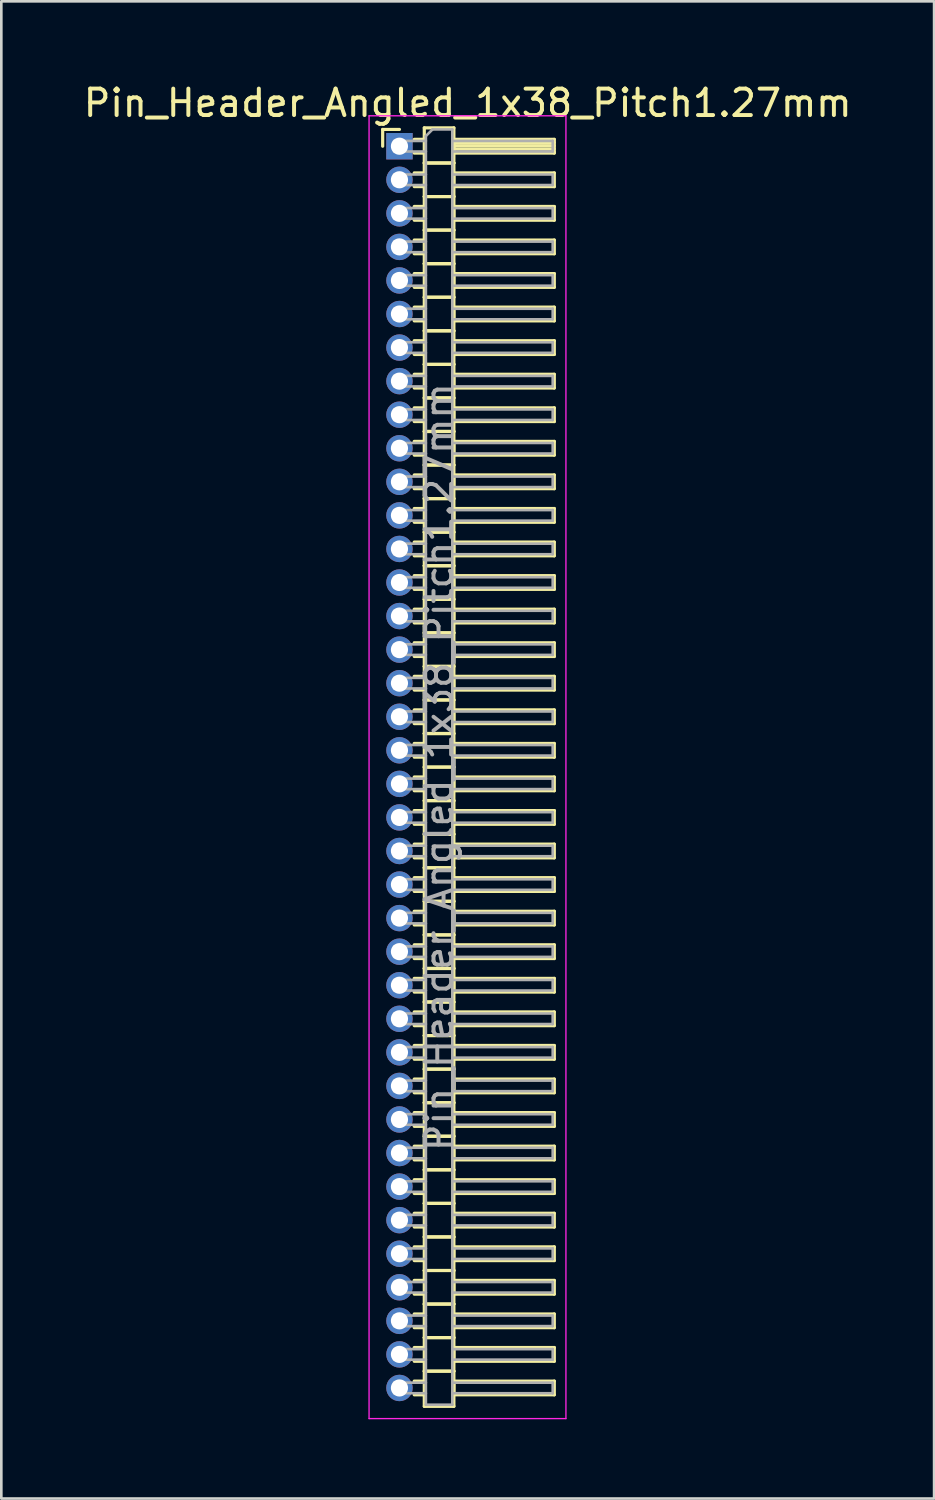
<source format=kicad_pcb>
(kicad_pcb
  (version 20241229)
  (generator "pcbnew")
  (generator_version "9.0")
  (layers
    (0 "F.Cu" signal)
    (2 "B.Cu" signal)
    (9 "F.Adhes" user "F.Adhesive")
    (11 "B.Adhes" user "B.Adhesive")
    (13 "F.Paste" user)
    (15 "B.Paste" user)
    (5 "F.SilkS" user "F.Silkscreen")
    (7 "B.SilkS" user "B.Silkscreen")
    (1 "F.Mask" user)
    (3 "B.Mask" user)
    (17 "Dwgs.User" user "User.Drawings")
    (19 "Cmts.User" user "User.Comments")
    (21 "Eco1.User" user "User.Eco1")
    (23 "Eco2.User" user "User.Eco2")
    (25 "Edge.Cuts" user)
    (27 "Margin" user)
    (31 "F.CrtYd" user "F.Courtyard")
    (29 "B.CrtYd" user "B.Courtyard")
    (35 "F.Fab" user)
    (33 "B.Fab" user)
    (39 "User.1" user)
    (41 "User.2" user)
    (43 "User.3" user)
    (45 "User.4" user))
  (footprint "Pin_Header_Angled_1x38_Pitch1.27mm"
    (layer "F.Cu")
    (at 12.066 2.483)
    (property "Reference" "Pin_Header_Angled_1x38_Pitch1.27mm" (at 2.583 -1.635 0) (layer "F.SilkS") (effects (font (size 1 1) (thickness 0.15))))
    (attr through_hole)
    (fp_line (start -0.635 -0.635) (end 0 -0.635) (stroke (width 0.12) (type solid)) (layer "F.SilkS"))
    (fp_line (start -0.635 0) (end -0.635 -0.635) (stroke (width 0.12) (type solid)) (layer "F.SilkS"))
    (fp_line (start 0.56 -0.26) (end 0.94 -0.26) (stroke (width 0.12) (type solid)) (layer "F.SilkS"))
    (fp_line (start 0.56 0.26) (end 0.94 0.26) (stroke (width 0.12) (type solid)) (layer "F.SilkS"))
    (fp_line (start 0.56 1.01) (end 0.94 1.01) (stroke (width 0.12) (type solid)) (layer "F.SilkS"))
    (fp_line (start 0.56 1.53) (end 0.94 1.53) (stroke (width 0.12) (type solid)) (layer "F.SilkS"))
    (fp_line (start 0.56 2.28) (end 0.94 2.28) (stroke (width 0.12) (type solid)) (layer "F.SilkS"))
    (fp_line (start 0.56 2.8) (end 0.94 2.8) (stroke (width 0.12) (type solid)) (layer "F.SilkS"))
    (fp_line (start 0.56 3.55) (end 0.94 3.55) (stroke (width 0.12) (type solid)) (layer "F.SilkS"))
    (fp_line (start 0.56 4.07) (end 0.94 4.07) (stroke (width 0.12) (type solid)) (layer "F.SilkS"))
    (fp_line (start 0.56 4.82) (end 0.94 4.82) (stroke (width 0.12) (type solid)) (layer "F.SilkS"))
    (fp_line (start 0.56 5.34) (end 0.94 5.34) (stroke (width 0.12) (type solid)) (layer "F.SilkS"))
    (fp_line (start 0.56 6.09) (end 0.94 6.09) (stroke (width 0.12) (type solid)) (layer "F.SilkS"))
    (fp_line (start 0.56 6.61) (end 0.94 6.61) (stroke (width 0.12) (type solid)) (layer "F.SilkS"))
    (fp_line (start 0.56 7.36) (end 0.94 7.36) (stroke (width 0.12) (type solid)) (layer "F.SilkS"))
    (fp_line (start 0.56 7.88) (end 0.94 7.88) (stroke (width 0.12) (type solid)) (layer "F.SilkS"))
    (fp_line (start 0.56 8.63) (end 0.94 8.63) (stroke (width 0.12) (type solid)) (layer "F.SilkS"))
    (fp_line (start 0.56 9.15) (end 0.94 9.15) (stroke (width 0.12) (type solid)) (layer "F.SilkS"))
    (fp_line (start 0.56 9.9) (end 0.94 9.9) (stroke (width 0.12) (type solid)) (layer "F.SilkS"))
    (fp_line (start 0.56 10.42) (end 0.94 10.42) (stroke (width 0.12) (type solid)) (layer "F.SilkS"))
    (fp_line (start 0.56 11.17) (end 0.94 11.17) (stroke (width 0.12) (type solid)) (layer "F.SilkS"))
    (fp_line (start 0.56 11.69) (end 0.94 11.69) (stroke (width 0.12) (type solid)) (layer "F.SilkS"))
    (fp_line (start 0.56 12.44) (end 0.94 12.44) (stroke (width 0.12) (type solid)) (layer "F.SilkS"))
    (fp_line (start 0.56 12.96) (end 0.94 12.96) (stroke (width 0.12) (type solid)) (layer "F.SilkS"))
    (fp_line (start 0.56 13.71) (end 0.94 13.71) (stroke (width 0.12) (type solid)) (layer "F.SilkS"))
    (fp_line (start 0.56 14.23) (end 0.94 14.23) (stroke (width 0.12) (type solid)) (layer "F.SilkS"))
    (fp_line (start 0.56 14.98) (end 0.94 14.98) (stroke (width 0.12) (type solid)) (layer "F.SilkS"))
    (fp_line (start 0.56 15.5) (end 0.94 15.5) (stroke (width 0.12) (type solid)) (layer "F.SilkS"))
    (fp_line (start 0.56 16.25) (end 0.94 16.25) (stroke (width 0.12) (type solid)) (layer "F.SilkS"))
    (fp_line (start 0.56 16.77) (end 0.94 16.77) (stroke (width 0.12) (type solid)) (layer "F.SilkS"))
    (fp_line (start 0.56 17.52) (end 0.94 17.52) (stroke (width 0.12) (type solid)) (layer "F.SilkS"))
    (fp_line (start 0.56 18.04) (end 0.94 18.04) (stroke (width 0.12) (type solid)) (layer "F.SilkS"))
    (fp_line (start 0.56 18.79) (end 0.94 18.79) (stroke (width 0.12) (type solid)) (layer "F.SilkS"))
    (fp_line (start 0.56 19.31) (end 0.94 19.31) (stroke (width 0.12) (type solid)) (layer "F.SilkS"))
    (fp_line (start 0.56 20.06) (end 0.94 20.06) (stroke (width 0.12) (type solid)) (layer "F.SilkS"))
    (fp_line (start 0.56 20.58) (end 0.94 20.58) (stroke (width 0.12) (type solid)) (layer "F.SilkS"))
    (fp_line (start 0.56 21.33) (end 0.94 21.33) (stroke (width 0.12) (type solid)) (layer "F.SilkS"))
    (fp_line (start 0.56 21.85) (end 0.94 21.85) (stroke (width 0.12) (type solid)) (layer "F.SilkS"))
    (fp_line (start 0.56 22.6) (end 0.94 22.6) (stroke (width 0.12) (type solid)) (layer "F.SilkS"))
    (fp_line (start 0.56 23.12) (end 0.94 23.12) (stroke (width 0.12) (type solid)) (layer "F.SilkS"))
    (fp_line (start 0.56 23.87) (end 0.94 23.87) (stroke (width 0.12) (type solid)) (layer "F.SilkS"))
    (fp_line (start 0.56 24.39) (end 0.94 24.39) (stroke (width 0.12) (type solid)) (layer "F.SilkS"))
    (fp_line (start 0.56 25.14) (end 0.94 25.14) (stroke (width 0.12) (type solid)) (layer "F.SilkS"))
    (fp_line (start 0.56 25.66) (end 0.94 25.66) (stroke (width 0.12) (type solid)) (layer "F.SilkS"))
    (fp_line (start 0.56 26.41) (end 0.94 26.41) (stroke (width 0.12) (type solid)) (layer "F.SilkS"))
    (fp_line (start 0.56 26.93) (end 0.94 26.93) (stroke (width 0.12) (type solid)) (layer "F.SilkS"))
    (fp_line (start 0.56 27.68) (end 0.94 27.68) (stroke (width 0.12) (type solid)) (layer "F.SilkS"))
    (fp_line (start 0.56 28.2) (end 0.94 28.2) (stroke (width 0.12) (type solid)) (layer "F.SilkS"))
    (fp_line (start 0.56 28.95) (end 0.94 28.95) (stroke (width 0.12) (type solid)) (layer "F.SilkS"))
    (fp_line (start 0.56 29.47) (end 0.94 29.47) (stroke (width 0.12) (type solid)) (layer "F.SilkS"))
    (fp_line (start 0.56 30.22) (end 0.94 30.22) (stroke (width 0.12) (type solid)) (layer "F.SilkS"))
    (fp_line (start 0.56 30.74) (end 0.94 30.74) (stroke (width 0.12) (type solid)) (layer "F.SilkS"))
    (fp_line (start 0.56 31.49) (end 0.94 31.49) (stroke (width 0.12) (type solid)) (layer "F.SilkS"))
    (fp_line (start 0.56 32.01) (end 0.94 32.01) (stroke (width 0.12) (type solid)) (layer "F.SilkS"))
    (fp_line (start 0.56 32.76) (end 0.94 32.76) (stroke (width 0.12) (type solid)) (layer "F.SilkS"))
    (fp_line (start 0.56 33.28) (end 0.94 33.28) (stroke (width 0.12) (type solid)) (layer "F.SilkS"))
    (fp_line (start 0.56 34.03) (end 0.94 34.03) (stroke (width 0.12) (type solid)) (layer "F.SilkS"))
    (fp_line (start 0.56 34.55) (end 0.94 34.55) (stroke (width 0.12) (type solid)) (layer "F.SilkS"))
    (fp_line (start 0.56 35.3) (end 0.94 35.3) (stroke (width 0.12) (type solid)) (layer "F.SilkS"))
    (fp_line (start 0.56 35.82) (end 0.94 35.82) (stroke (width 0.12) (type solid)) (layer "F.SilkS"))
    (fp_line (start 0.56 36.57) (end 0.94 36.57) (stroke (width 0.12) (type solid)) (layer "F.SilkS"))
    (fp_line (start 0.56 37.09) (end 0.94 37.09) (stroke (width 0.12) (type solid)) (layer "F.SilkS"))
    (fp_line (start 0.56 37.84) (end 0.94 37.84) (stroke (width 0.12) (type solid)) (layer "F.SilkS"))
    (fp_line (start 0.56 38.36) (end 0.94 38.36) (stroke (width 0.12) (type solid)) (layer "F.SilkS"))
    (fp_line (start 0.56 39.11) (end 0.94 39.11) (stroke (width 0.12) (type solid)) (layer "F.SilkS"))
    (fp_line (start 0.56 39.63) (end 0.94 39.63) (stroke (width 0.12) (type solid)) (layer "F.SilkS"))
    (fp_line (start 0.56 40.38) (end 0.94 40.38) (stroke (width 0.12) (type solid)) (layer "F.SilkS"))
    (fp_line (start 0.56 40.9) (end 0.94 40.9) (stroke (width 0.12) (type solid)) (layer "F.SilkS"))
    (fp_line (start 0.56 41.65) (end 0.94 41.65) (stroke (width 0.12) (type solid)) (layer "F.SilkS"))
    (fp_line (start 0.56 42.17) (end 0.94 42.17) (stroke (width 0.12) (type solid)) (layer "F.SilkS"))
    (fp_line (start 0.56 42.92) (end 0.94 42.92) (stroke (width 0.12) (type solid)) (layer "F.SilkS"))
    (fp_line (start 0.56 43.44) (end 0.94 43.44) (stroke (width 0.12) (type solid)) (layer "F.SilkS"))
    (fp_line (start 0.56 44.19) (end 0.94 44.19) (stroke (width 0.12) (type solid)) (layer "F.SilkS"))
    (fp_line (start 0.56 44.71) (end 0.94 44.71) (stroke (width 0.12) (type solid)) (layer "F.SilkS"))
    (fp_line (start 0.56 45.46) (end 0.94 45.46) (stroke (width 0.12) (type solid)) (layer "F.SilkS"))
    (fp_line (start 0.56 45.98) (end 0.94 45.98) (stroke (width 0.12) (type solid)) (layer "F.SilkS"))
    (fp_line (start 0.56 46.73) (end 0.94 46.73) (stroke (width 0.12) (type solid)) (layer "F.SilkS"))
    (fp_line (start 0.56 47.25) (end 0.94 47.25) (stroke (width 0.12) (type solid)) (layer "F.SilkS"))
    (fp_line (start 0.94 -0.695) (end 0.94 0.635) (stroke (width 0.12) (type solid)) (layer "F.SilkS"))
    (fp_line (start 0.94 0.635) (end 0.94 1.905) (stroke (width 0.12) (type solid)) (layer "F.SilkS"))
    (fp_line (start 0.94 0.635) (end 2.06 0.635) (stroke (width 0.12) (type solid)) (layer "F.SilkS"))
    (fp_line (start 0.94 1.905) (end 0.94 3.175) (stroke (width 0.12) (type solid)) (layer "F.SilkS"))
    (fp_line (start 0.94 1.905) (end 2.06 1.905) (stroke (width 0.12) (type solid)) (layer "F.SilkS"))
    (fp_line (start 0.94 3.175) (end 0.94 4.445) (stroke (width 0.12) (type solid)) (layer "F.SilkS"))
    (fp_line (start 0.94 3.175) (end 2.06 3.175) (stroke (width 0.12) (type solid)) (layer "F.SilkS"))
    (fp_line (start 0.94 4.445) (end 0.94 5.715) (stroke (width 0.12) (type solid)) (layer "F.SilkS"))
    (fp_line (start 0.94 4.445) (end 2.06 4.445) (stroke (width 0.12) (type solid)) (layer "F.SilkS"))
    (fp_line (start 0.94 5.715) (end 0.94 6.985) (stroke (width 0.12) (type solid)) (layer "F.SilkS"))
    (fp_line (start 0.94 5.715) (end 2.06 5.715) (stroke (width 0.12) (type solid)) (layer "F.SilkS"))
    (fp_line (start 0.94 6.985) (end 0.94 8.255) (stroke (width 0.12) (type solid)) (layer "F.SilkS"))
    (fp_line (start 0.94 6.985) (end 2.06 6.985) (stroke (width 0.12) (type solid)) (layer "F.SilkS"))
    (fp_line (start 0.94 8.255) (end 0.94 9.525) (stroke (width 0.12) (type solid)) (layer "F.SilkS"))
    (fp_line (start 0.94 8.255) (end 2.06 8.255) (stroke (width 0.12) (type solid)) (layer "F.SilkS"))
    (fp_line (start 0.94 9.525) (end 0.94 10.795) (stroke (width 0.12) (type solid)) (layer "F.SilkS"))
    (fp_line (start 0.94 9.525) (end 2.06 9.525) (stroke (width 0.12) (type solid)) (layer "F.SilkS"))
    (fp_line (start 0.94 10.795) (end 0.94 12.065) (stroke (width 0.12) (type solid)) (layer "F.SilkS"))
    (fp_line (start 0.94 10.795) (end 2.06 10.795) (stroke (width 0.12) (type solid)) (layer "F.SilkS"))
    (fp_line (start 0.94 12.065) (end 0.94 13.335) (stroke (width 0.12) (type solid)) (layer "F.SilkS"))
    (fp_line (start 0.94 12.065) (end 2.06 12.065) (stroke (width 0.12) (type solid)) (layer "F.SilkS"))
    (fp_line (start 0.94 13.335) (end 0.94 14.605) (stroke (width 0.12) (type solid)) (layer "F.SilkS"))
    (fp_line (start 0.94 13.335) (end 2.06 13.335) (stroke (width 0.12) (type solid)) (layer "F.SilkS"))
    (fp_line (start 0.94 14.605) (end 0.94 15.875) (stroke (width 0.12) (type solid)) (layer "F.SilkS"))
    (fp_line (start 0.94 14.605) (end 2.06 14.605) (stroke (width 0.12) (type solid)) (layer "F.SilkS"))
    (fp_line (start 0.94 15.875) (end 0.94 17.145) (stroke (width 0.12) (type solid)) (layer "F.SilkS"))
    (fp_line (start 0.94 15.875) (end 2.06 15.875) (stroke (width 0.12) (type solid)) (layer "F.SilkS"))
    (fp_line (start 0.94 17.145) (end 0.94 18.415) (stroke (width 0.12) (type solid)) (layer "F.SilkS"))
    (fp_line (start 0.94 17.145) (end 2.06 17.145) (stroke (width 0.12) (type solid)) (layer "F.SilkS"))
    (fp_line (start 0.94 18.415) (end 0.94 19.685) (stroke (width 0.12) (type solid)) (layer "F.SilkS"))
    (fp_line (start 0.94 18.415) (end 2.06 18.415) (stroke (width 0.12) (type solid)) (layer "F.SilkS"))
    (fp_line (start 0.94 19.685) (end 0.94 20.955) (stroke (width 0.12) (type solid)) (layer "F.SilkS"))
    (fp_line (start 0.94 19.685) (end 2.06 19.685) (stroke (width 0.12) (type solid)) (layer "F.SilkS"))
    (fp_line (start 0.94 20.955) (end 0.94 22.225) (stroke (width 0.12) (type solid)) (layer "F.SilkS"))
    (fp_line (start 0.94 20.955) (end 2.06 20.955) (stroke (width 0.12) (type solid)) (layer "F.SilkS"))
    (fp_line (start 0.94 22.225) (end 0.94 23.495) (stroke (width 0.12) (type solid)) (layer "F.SilkS"))
    (fp_line (start 0.94 22.225) (end 2.06 22.225) (stroke (width 0.12) (type solid)) (layer "F.SilkS"))
    (fp_line (start 0.94 23.495) (end 0.94 24.765) (stroke (width 0.12) (type solid)) (layer "F.SilkS"))
    (fp_line (start 0.94 23.495) (end 2.06 23.495) (stroke (width 0.12) (type solid)) (layer "F.SilkS"))
    (fp_line (start 0.94 24.765) (end 0.94 26.035) (stroke (width 0.12) (type solid)) (layer "F.SilkS"))
    (fp_line (start 0.94 24.765) (end 2.06 24.765) (stroke (width 0.12) (type solid)) (layer "F.SilkS"))
    (fp_line (start 0.94 26.035) (end 0.94 27.305) (stroke (width 0.12) (type solid)) (layer "F.SilkS"))
    (fp_line (start 0.94 26.035) (end 2.06 26.035) (stroke (width 0.12) (type solid)) (layer "F.SilkS"))
    (fp_line (start 0.94 27.305) (end 0.94 28.575) (stroke (width 0.12) (type solid)) (layer "F.SilkS"))
    (fp_line (start 0.94 27.305) (end 2.06 27.305) (stroke (width 0.12) (type solid)) (layer "F.SilkS"))
    (fp_line (start 0.94 28.575) (end 0.94 29.845) (stroke (width 0.12) (type solid)) (layer "F.SilkS"))
    (fp_line (start 0.94 28.575) (end 2.06 28.575) (stroke (width 0.12) (type solid)) (layer "F.SilkS"))
    (fp_line (start 0.94 29.845) (end 0.94 31.115) (stroke (width 0.12) (type solid)) (layer "F.SilkS"))
    (fp_line (start 0.94 29.845) (end 2.06 29.845) (stroke (width 0.12) (type solid)) (layer "F.SilkS"))
    (fp_line (start 0.94 31.115) (end 0.94 32.385) (stroke (width 0.12) (type solid)) (layer "F.SilkS"))
    (fp_line (start 0.94 31.115) (end 2.06 31.115) (stroke (width 0.12) (type solid)) (layer "F.SilkS"))
    (fp_line (start 0.94 32.385) (end 0.94 33.655) (stroke (width 0.12) (type solid)) (layer "F.SilkS"))
    (fp_line (start 0.94 32.385) (end 2.06 32.385) (stroke (width 0.12) (type solid)) (layer "F.SilkS"))
    (fp_line (start 0.94 33.655) (end 0.94 34.925) (stroke (width 0.12) (type solid)) (layer "F.SilkS"))
    (fp_line (start 0.94 33.655) (end 2.06 33.655) (stroke (width 0.12) (type solid)) (layer "F.SilkS"))
    (fp_line (start 0.94 34.925) (end 0.94 36.195) (stroke (width 0.12) (type solid)) (layer "F.SilkS"))
    (fp_line (start 0.94 34.925) (end 2.06 34.925) (stroke (width 0.12) (type solid)) (layer "F.SilkS"))
    (fp_line (start 0.94 36.195) (end 0.94 37.465) (stroke (width 0.12) (type solid)) (layer "F.SilkS"))
    (fp_line (start 0.94 36.195) (end 2.06 36.195) (stroke (width 0.12) (type solid)) (layer "F.SilkS"))
    (fp_line (start 0.94 37.465) (end 0.94 38.735) (stroke (width 0.12) (type solid)) (layer "F.SilkS"))
    (fp_line (start 0.94 37.465) (end 2.06 37.465) (stroke (width 0.12) (type solid)) (layer "F.SilkS"))
    (fp_line (start 0.94 38.735) (end 0.94 40.005) (stroke (width 0.12) (type solid)) (layer "F.SilkS"))
    (fp_line (start 0.94 38.735) (end 2.06 38.735) (stroke (width 0.12) (type solid)) (layer "F.SilkS"))
    (fp_line (start 0.94 40.005) (end 0.94 41.275) (stroke (width 0.12) (type solid)) (layer "F.SilkS"))
    (fp_line (start 0.94 40.005) (end 2.06 40.005) (stroke (width 0.12) (type solid)) (layer "F.SilkS"))
    (fp_line (start 0.94 41.275) (end 0.94 42.545) (stroke (width 0.12) (type solid)) (layer "F.SilkS"))
    (fp_line (start 0.94 41.275) (end 2.06 41.275) (stroke (width 0.12) (type solid)) (layer "F.SilkS"))
    (fp_line (start 0.94 42.545) (end 0.94 43.815) (stroke (width 0.12) (type solid)) (layer "F.SilkS"))
    (fp_line (start 0.94 42.545) (end 2.06 42.545) (stroke (width 0.12) (type solid)) (layer "F.SilkS"))
    (fp_line (start 0.94 43.815) (end 0.94 45.085) (stroke (width 0.12) (type solid)) (layer "F.SilkS"))
    (fp_line (start 0.94 43.815) (end 2.06 43.815) (stroke (width 0.12) (type solid)) (layer "F.SilkS"))
    (fp_line (start 0.94 45.085) (end 0.94 46.355) (stroke (width 0.12) (type solid)) (layer "F.SilkS"))
    (fp_line (start 0.94 45.085) (end 2.06 45.085) (stroke (width 0.12) (type solid)) (layer "F.SilkS"))
    (fp_line (start 0.94 46.355) (end 0.94 47.685) (stroke (width 0.12) (type solid)) (layer "F.SilkS"))
    (fp_line (start 0.94 46.355) (end 2.06 46.355) (stroke (width 0.12) (type solid)) (layer "F.SilkS"))
    (fp_line (start 0.94 47.685) (end 2.06 47.685) (stroke (width 0.12) (type solid)) (layer "F.SilkS"))
    (fp_line (start 2.06 -0.695) (end 0.94 -0.695) (stroke (width 0.12) (type solid)) (layer "F.SilkS"))
    (fp_line (start 2.06 -0.26) (end 2.06 0.26) (stroke (width 0.12) (type solid)) (layer "F.SilkS"))
    (fp_line (start 2.06 -0.14) (end 5.86 -0.14) (stroke (width 0.12) (type solid)) (layer "F.SilkS"))
    (fp_line (start 2.06 -0.02) (end 5.86 -0.02) (stroke (width 0.12) (type solid)) (layer "F.SilkS"))
    (fp_line (start 2.06 0.1) (end 5.86 0.1) (stroke (width 0.12) (type solid)) (layer "F.SilkS"))
    (fp_line (start 2.06 0.22) (end 5.86 0.22) (stroke (width 0.12) (type solid)) (layer "F.SilkS"))
    (fp_line (start 2.06 0.26) (end 5.86 0.26) (stroke (width 0.12) (type solid)) (layer "F.SilkS"))
    (fp_line (start 2.06 0.635) (end 0.94 0.635) (stroke (width 0.12) (type solid)) (layer "F.SilkS"))
    (fp_line (start 2.06 0.635) (end 2.06 -0.695) (stroke (width 0.12) (type solid)) (layer "F.SilkS"))
    (fp_line (start 2.06 1.01) (end 2.06 1.53) (stroke (width 0.12) (type solid)) (layer "F.SilkS"))
    (fp_line (start 2.06 1.53) (end 5.86 1.53) (stroke (width 0.12) (type solid)) (layer "F.SilkS"))
    (fp_line (start 2.06 1.905) (end 0.94 1.905) (stroke (width 0.12) (type solid)) (layer "F.SilkS"))
    (fp_line (start 2.06 1.905) (end 2.06 0.635) (stroke (width 0.12) (type solid)) (layer "F.SilkS"))
    (fp_line (start 2.06 2.28) (end 2.06 2.8) (stroke (width 0.12) (type solid)) (layer "F.SilkS"))
    (fp_line (start 2.06 2.8) (end 5.86 2.8) (stroke (width 0.12) (type solid)) (layer "F.SilkS"))
    (fp_line (start 2.06 3.175) (end 0.94 3.175) (stroke (width 0.12) (type solid)) (layer "F.SilkS"))
    (fp_line (start 2.06 3.175) (end 2.06 1.905) (stroke (width 0.12) (type solid)) (layer "F.SilkS"))
    (fp_line (start 2.06 3.55) (end 2.06 4.07) (stroke (width 0.12) (type solid)) (layer "F.SilkS"))
    (fp_line (start 2.06 4.07) (end 5.86 4.07) (stroke (width 0.12) (type solid)) (layer "F.SilkS"))
    (fp_line (start 2.06 4.445) (end 0.94 4.445) (stroke (width 0.12) (type solid)) (layer "F.SilkS"))
    (fp_line (start 2.06 4.445) (end 2.06 3.175) (stroke (width 0.12) (type solid)) (layer "F.SilkS"))
    (fp_line (start 2.06 4.82) (end 2.06 5.34) (stroke (width 0.12) (type solid)) (layer "F.SilkS"))
    (fp_line (start 2.06 5.34) (end 5.86 5.34) (stroke (width 0.12) (type solid)) (layer "F.SilkS"))
    (fp_line (start 2.06 5.715) (end 0.94 5.715) (stroke (width 0.12) (type solid)) (layer "F.SilkS"))
    (fp_line (start 2.06 5.715) (end 2.06 4.445) (stroke (width 0.12) (type solid)) (layer "F.SilkS"))
    (fp_line (start 2.06 6.09) (end 2.06 6.61) (stroke (width 0.12) (type solid)) (layer "F.SilkS"))
    (fp_line (start 2.06 6.61) (end 5.86 6.61) (stroke (width 0.12) (type solid)) (layer "F.SilkS"))
    (fp_line (start 2.06 6.985) (end 0.94 6.985) (stroke (width 0.12) (type solid)) (layer "F.SilkS"))
    (fp_line (start 2.06 6.985) (end 2.06 5.715) (stroke (width 0.12) (type solid)) (layer "F.SilkS"))
    (fp_line (start 2.06 7.36) (end 2.06 7.88) (stroke (width 0.12) (type solid)) (layer "F.SilkS"))
    (fp_line (start 2.06 7.88) (end 5.86 7.88) (stroke (width 0.12) (type solid)) (layer "F.SilkS"))
    (fp_line (start 2.06 8.255) (end 0.94 8.255) (stroke (width 0.12) (type solid)) (layer "F.SilkS"))
    (fp_line (start 2.06 8.255) (end 2.06 6.985) (stroke (width 0.12) (type solid)) (layer "F.SilkS"))
    (fp_line (start 2.06 8.63) (end 2.06 9.15) (stroke (width 0.12) (type solid)) (layer "F.SilkS"))
    (fp_line (start 2.06 9.15) (end 5.86 9.15) (stroke (width 0.12) (type solid)) (layer "F.SilkS"))
    (fp_line (start 2.06 9.525) (end 0.94 9.525) (stroke (width 0.12) (type solid)) (layer "F.SilkS"))
    (fp_line (start 2.06 9.525) (end 2.06 8.255) (stroke (width 0.12) (type solid)) (layer "F.SilkS"))
    (fp_line (start 2.06 9.9) (end 2.06 10.42) (stroke (width 0.12) (type solid)) (layer "F.SilkS"))
    (fp_line (start 2.06 10.42) (end 5.86 10.42) (stroke (width 0.12) (type solid)) (layer "F.SilkS"))
    (fp_line (start 2.06 10.795) (end 0.94 10.795) (stroke (width 0.12) (type solid)) (layer "F.SilkS"))
    (fp_line (start 2.06 10.795) (end 2.06 9.525) (stroke (width 0.12) (type solid)) (layer "F.SilkS"))
    (fp_line (start 2.06 11.17) (end 2.06 11.69) (stroke (width 0.12) (type solid)) (layer "F.SilkS"))
    (fp_line (start 2.06 11.69) (end 5.86 11.69) (stroke (width 0.12) (type solid)) (layer "F.SilkS"))
    (fp_line (start 2.06 12.065) (end 0.94 12.065) (stroke (width 0.12) (type solid)) (layer "F.SilkS"))
    (fp_line (start 2.06 12.065) (end 2.06 10.795) (stroke (width 0.12) (type solid)) (layer "F.SilkS"))
    (fp_line (start 2.06 12.44) (end 2.06 12.96) (stroke (width 0.12) (type solid)) (layer "F.SilkS"))
    (fp_line (start 2.06 12.96) (end 5.86 12.96) (stroke (width 0.12) (type solid)) (layer "F.SilkS"))
    (fp_line (start 2.06 13.335) (end 0.94 13.335) (stroke (width 0.12) (type solid)) (layer "F.SilkS"))
    (fp_line (start 2.06 13.335) (end 2.06 12.065) (stroke (width 0.12) (type solid)) (layer "F.SilkS"))
    (fp_line (start 2.06 13.71) (end 2.06 14.23) (stroke (width 0.12) (type solid)) (layer "F.SilkS"))
    (fp_line (start 2.06 14.23) (end 5.86 14.23) (stroke (width 0.12) (type solid)) (layer "F.SilkS"))
    (fp_line (start 2.06 14.605) (end 0.94 14.605) (stroke (width 0.12) (type solid)) (layer "F.SilkS"))
    (fp_line (start 2.06 14.605) (end 2.06 13.335) (stroke (width 0.12) (type solid)) (layer "F.SilkS"))
    (fp_line (start 2.06 14.98) (end 2.06 15.5) (stroke (width 0.12) (type solid)) (layer "F.SilkS"))
    (fp_line (start 2.06 15.5) (end 5.86 15.5) (stroke (width 0.12) (type solid)) (layer "F.SilkS"))
    (fp_line (start 2.06 15.875) (end 0.94 15.875) (stroke (width 0.12) (type solid)) (layer "F.SilkS"))
    (fp_line (start 2.06 15.875) (end 2.06 14.605) (stroke (width 0.12) (type solid)) (layer "F.SilkS"))
    (fp_line (start 2.06 16.25) (end 2.06 16.77) (stroke (width 0.12) (type solid)) (layer "F.SilkS"))
    (fp_line (start 2.06 16.77) (end 5.86 16.77) (stroke (width 0.12) (type solid)) (layer "F.SilkS"))
    (fp_line (start 2.06 17.145) (end 0.94 17.145) (stroke (width 0.12) (type solid)) (layer "F.SilkS"))
    (fp_line (start 2.06 17.145) (end 2.06 15.875) (stroke (width 0.12) (type solid)) (layer "F.SilkS"))
    (fp_line (start 2.06 17.52) (end 2.06 18.04) (stroke (width 0.12) (type solid)) (layer "F.SilkS"))
    (fp_line (start 2.06 18.04) (end 5.86 18.04) (stroke (width 0.12) (type solid)) (layer "F.SilkS"))
    (fp_line (start 2.06 18.415) (end 0.94 18.415) (stroke (width 0.12) (type solid)) (layer "F.SilkS"))
    (fp_line (start 2.06 18.415) (end 2.06 17.145) (stroke (width 0.12) (type solid)) (layer "F.SilkS"))
    (fp_line (start 2.06 18.79) (end 2.06 19.31) (stroke (width 0.12) (type solid)) (layer "F.SilkS"))
    (fp_line (start 2.06 19.31) (end 5.86 19.31) (stroke (width 0.12) (type solid)) (layer "F.SilkS"))
    (fp_line (start 2.06 19.685) (end 0.94 19.685) (stroke (width 0.12) (type solid)) (layer "F.SilkS"))
    (fp_line (start 2.06 19.685) (end 2.06 18.415) (stroke (width 0.12) (type solid)) (layer "F.SilkS"))
    (fp_line (start 2.06 20.06) (end 2.06 20.58) (stroke (width 0.12) (type solid)) (layer "F.SilkS"))
    (fp_line (start 2.06 20.58) (end 5.86 20.58) (stroke (width 0.12) (type solid)) (layer "F.SilkS"))
    (fp_line (start 2.06 20.955) (end 0.94 20.955) (stroke (width 0.12) (type solid)) (layer "F.SilkS"))
    (fp_line (start 2.06 20.955) (end 2.06 19.685) (stroke (width 0.12) (type solid)) (layer "F.SilkS"))
    (fp_line (start 2.06 21.33) (end 2.06 21.85) (stroke (width 0.12) (type solid)) (layer "F.SilkS"))
    (fp_line (start 2.06 21.85) (end 5.86 21.85) (stroke (width 0.12) (type solid)) (layer "F.SilkS"))
    (fp_line (start 2.06 22.225) (end 0.94 22.225) (stroke (width 0.12) (type solid)) (layer "F.SilkS"))
    (fp_line (start 2.06 22.225) (end 2.06 20.955) (stroke (width 0.12) (type solid)) (layer "F.SilkS"))
    (fp_line (start 2.06 22.6) (end 2.06 23.12) (stroke (width 0.12) (type solid)) (layer "F.SilkS"))
    (fp_line (start 2.06 23.12) (end 5.86 23.12) (stroke (width 0.12) (type solid)) (layer "F.SilkS"))
    (fp_line (start 2.06 23.495) (end 0.94 23.495) (stroke (width 0.12) (type solid)) (layer "F.SilkS"))
    (fp_line (start 2.06 23.495) (end 2.06 22.225) (stroke (width 0.12) (type solid)) (layer "F.SilkS"))
    (fp_line (start 2.06 23.87) (end 2.06 24.39) (stroke (width 0.12) (type solid)) (layer "F.SilkS"))
    (fp_line (start 2.06 24.39) (end 5.86 24.39) (stroke (width 0.12) (type solid)) (layer "F.SilkS"))
    (fp_line (start 2.06 24.765) (end 0.94 24.765) (stroke (width 0.12) (type solid)) (layer "F.SilkS"))
    (fp_line (start 2.06 24.765) (end 2.06 23.495) (stroke (width 0.12) (type solid)) (layer "F.SilkS"))
    (fp_line (start 2.06 25.14) (end 2.06 25.66) (stroke (width 0.12) (type solid)) (layer "F.SilkS"))
    (fp_line (start 2.06 25.66) (end 5.86 25.66) (stroke (width 0.12) (type solid)) (layer "F.SilkS"))
    (fp_line (start 2.06 26.035) (end 0.94 26.035) (stroke (width 0.12) (type solid)) (layer "F.SilkS"))
    (fp_line (start 2.06 26.035) (end 2.06 24.765) (stroke (width 0.12) (type solid)) (layer "F.SilkS"))
    (fp_line (start 2.06 26.41) (end 2.06 26.93) (stroke (width 0.12) (type solid)) (layer "F.SilkS"))
    (fp_line (start 2.06 26.93) (end 5.86 26.93) (stroke (width 0.12) (type solid)) (layer "F.SilkS"))
    (fp_line (start 2.06 27.305) (end 0.94 27.305) (stroke (width 0.12) (type solid)) (layer "F.SilkS"))
    (fp_line (start 2.06 27.305) (end 2.06 26.035) (stroke (width 0.12) (type solid)) (layer "F.SilkS"))
    (fp_line (start 2.06 27.68) (end 2.06 28.2) (stroke (width 0.12) (type solid)) (layer "F.SilkS"))
    (fp_line (start 2.06 28.2) (end 5.86 28.2) (stroke (width 0.12) (type solid)) (layer "F.SilkS"))
    (fp_line (start 2.06 28.575) (end 0.94 28.575) (stroke (width 0.12) (type solid)) (layer "F.SilkS"))
    (fp_line (start 2.06 28.575) (end 2.06 27.305) (stroke (width 0.12) (type solid)) (layer "F.SilkS"))
    (fp_line (start 2.06 28.95) (end 2.06 29.47) (stroke (width 0.12) (type solid)) (layer "F.SilkS"))
    (fp_line (start 2.06 29.47) (end 5.86 29.47) (stroke (width 0.12) (type solid)) (layer "F.SilkS"))
    (fp_line (start 2.06 29.845) (end 0.94 29.845) (stroke (width 0.12) (type solid)) (layer "F.SilkS"))
    (fp_line (start 2.06 29.845) (end 2.06 28.575) (stroke (width 0.12) (type solid)) (layer "F.SilkS"))
    (fp_line (start 2.06 30.22) (end 2.06 30.74) (stroke (width 0.12) (type solid)) (layer "F.SilkS"))
    (fp_line (start 2.06 30.74) (end 5.86 30.74) (stroke (width 0.12) (type solid)) (layer "F.SilkS"))
    (fp_line (start 2.06 31.115) (end 0.94 31.115) (stroke (width 0.12) (type solid)) (layer "F.SilkS"))
    (fp_line (start 2.06 31.115) (end 2.06 29.845) (stroke (width 0.12) (type solid)) (layer "F.SilkS"))
    (fp_line (start 2.06 31.49) (end 2.06 32.01) (stroke (width 0.12) (type solid)) (layer "F.SilkS"))
    (fp_line (start 2.06 32.01) (end 5.86 32.01) (stroke (width 0.12) (type solid)) (layer "F.SilkS"))
    (fp_line (start 2.06 32.385) (end 0.94 32.385) (stroke (width 0.12) (type solid)) (layer "F.SilkS"))
    (fp_line (start 2.06 32.385) (end 2.06 31.115) (stroke (width 0.12) (type solid)) (layer "F.SilkS"))
    (fp_line (start 2.06 32.76) (end 2.06 33.28) (stroke (width 0.12) (type solid)) (layer "F.SilkS"))
    (fp_line (start 2.06 33.28) (end 5.86 33.28) (stroke (width 0.12) (type solid)) (layer "F.SilkS"))
    (fp_line (start 2.06 33.655) (end 0.94 33.655) (stroke (width 0.12) (type solid)) (layer "F.SilkS"))
    (fp_line (start 2.06 33.655) (end 2.06 32.385) (stroke (width 0.12) (type solid)) (layer "F.SilkS"))
    (fp_line (start 2.06 34.03) (end 2.06 34.55) (stroke (width 0.12) (type solid)) (layer "F.SilkS"))
    (fp_line (start 2.06 34.55) (end 5.86 34.55) (stroke (width 0.12) (type solid)) (layer "F.SilkS"))
    (fp_line (start 2.06 34.925) (end 0.94 34.925) (stroke (width 0.12) (type solid)) (layer "F.SilkS"))
    (fp_line (start 2.06 34.925) (end 2.06 33.655) (stroke (width 0.12) (type solid)) (layer "F.SilkS"))
    (fp_line (start 2.06 35.3) (end 2.06 35.82) (stroke (width 0.12) (type solid)) (layer "F.SilkS"))
    (fp_line (start 2.06 35.82) (end 5.86 35.82) (stroke (width 0.12) (type solid)) (layer "F.SilkS"))
    (fp_line (start 2.06 36.195) (end 0.94 36.195) (stroke (width 0.12) (type solid)) (layer "F.SilkS"))
    (fp_line (start 2.06 36.195) (end 2.06 34.925) (stroke (width 0.12) (type solid)) (layer "F.SilkS"))
    (fp_line (start 2.06 36.57) (end 2.06 37.09) (stroke (width 0.12) (type solid)) (layer "F.SilkS"))
    (fp_line (start 2.06 37.09) (end 5.86 37.09) (stroke (width 0.12) (type solid)) (layer "F.SilkS"))
    (fp_line (start 2.06 37.465) (end 0.94 37.465) (stroke (width 0.12) (type solid)) (layer "F.SilkS"))
    (fp_line (start 2.06 37.465) (end 2.06 36.195) (stroke (width 0.12) (type solid)) (layer "F.SilkS"))
    (fp_line (start 2.06 37.84) (end 2.06 38.36) (stroke (width 0.12) (type solid)) (layer "F.SilkS"))
    (fp_line (start 2.06 38.36) (end 5.86 38.36) (stroke (width 0.12) (type solid)) (layer "F.SilkS"))
    (fp_line (start 2.06 38.735) (end 0.94 38.735) (stroke (width 0.12) (type solid)) (layer "F.SilkS"))
    (fp_line (start 2.06 38.735) (end 2.06 37.465) (stroke (width 0.12) (type solid)) (layer "F.SilkS"))
    (fp_line (start 2.06 39.11) (end 2.06 39.63) (stroke (width 0.12) (type solid)) (layer "F.SilkS"))
    (fp_line (start 2.06 39.63) (end 5.86 39.63) (stroke (width 0.12) (type solid)) (layer "F.SilkS"))
    (fp_line (start 2.06 40.005) (end 0.94 40.005) (stroke (width 0.12) (type solid)) (layer "F.SilkS"))
    (fp_line (start 2.06 40.005) (end 2.06 38.735) (stroke (width 0.12) (type solid)) (layer "F.SilkS"))
    (fp_line (start 2.06 40.38) (end 2.06 40.9) (stroke (width 0.12) (type solid)) (layer "F.SilkS"))
    (fp_line (start 2.06 40.9) (end 5.86 40.9) (stroke (width 0.12) (type solid)) (layer "F.SilkS"))
    (fp_line (start 2.06 41.275) (end 0.94 41.275) (stroke (width 0.12) (type solid)) (layer "F.SilkS"))
    (fp_line (start 2.06 41.275) (end 2.06 40.005) (stroke (width 0.12) (type solid)) (layer "F.SilkS"))
    (fp_line (start 2.06 41.65) (end 2.06 42.17) (stroke (width 0.12) (type solid)) (layer "F.SilkS"))
    (fp_line (start 2.06 42.17) (end 5.86 42.17) (stroke (width 0.12) (type solid)) (layer "F.SilkS"))
    (fp_line (start 2.06 42.545) (end 0.94 42.545) (stroke (width 0.12) (type solid)) (layer "F.SilkS"))
    (fp_line (start 2.06 42.545) (end 2.06 41.275) (stroke (width 0.12) (type solid)) (layer "F.SilkS"))
    (fp_line (start 2.06 42.92) (end 2.06 43.44) (stroke (width 0.12) (type solid)) (layer "F.SilkS"))
    (fp_line (start 2.06 43.44) (end 5.86 43.44) (stroke (width 0.12) (type solid)) (layer "F.SilkS"))
    (fp_line (start 2.06 43.815) (end 0.94 43.815) (stroke (width 0.12) (type solid)) (layer "F.SilkS"))
    (fp_line (start 2.06 43.815) (end 2.06 42.545) (stroke (width 0.12) (type solid)) (layer "F.SilkS"))
    (fp_line (start 2.06 44.19) (end 2.06 44.71) (stroke (width 0.12) (type solid)) (layer "F.SilkS"))
    (fp_line (start 2.06 44.71) (end 5.86 44.71) (stroke (width 0.12) (type solid)) (layer "F.SilkS"))
    (fp_line (start 2.06 45.085) (end 0.94 45.085) (stroke (width 0.12) (type solid)) (layer "F.SilkS"))
    (fp_line (start 2.06 45.085) (end 2.06 43.815) (stroke (width 0.12) (type solid)) (layer "F.SilkS"))
    (fp_line (start 2.06 45.46) (end 2.06 45.98) (stroke (width 0.12) (type solid)) (layer "F.SilkS"))
    (fp_line (start 2.06 45.98) (end 5.86 45.98) (stroke (width 0.12) (type solid)) (layer "F.SilkS"))
    (fp_line (start 2.06 46.355) (end 0.94 46.355) (stroke (width 0.12) (type solid)) (layer "F.SilkS"))
    (fp_line (start 2.06 46.355) (end 2.06 45.085) (stroke (width 0.12) (type solid)) (layer "F.SilkS"))
    (fp_line (start 2.06 46.73) (end 2.06 47.25) (stroke (width 0.12) (type solid)) (layer "F.SilkS"))
    (fp_line (start 2.06 47.25) (end 5.86 47.25) (stroke (width 0.12) (type solid)) (layer "F.SilkS"))
    (fp_line (start 2.06 47.685) (end 2.06 46.355) (stroke (width 0.12) (type solid)) (layer "F.SilkS"))
    (fp_line (start 5.86 -0.26) (end 2.06 -0.26) (stroke (width 0.12) (type solid)) (layer "F.SilkS"))
    (fp_line (start 5.86 0.26) (end 5.86 -0.26) (stroke (width 0.12) (type solid)) (layer "F.SilkS"))
    (fp_line (start 5.86 1.01) (end 2.06 1.01) (stroke (width 0.12) (type solid)) (layer "F.SilkS"))
    (fp_line (start 5.86 1.53) (end 5.86 1.01) (stroke (width 0.12) (type solid)) (layer "F.SilkS"))
    (fp_line (start 5.86 2.28) (end 2.06 2.28) (stroke (width 0.12) (type solid)) (layer "F.SilkS"))
    (fp_line (start 5.86 2.8) (end 5.86 2.28) (stroke (width 0.12) (type solid)) (layer "F.SilkS"))
    (fp_line (start 5.86 3.55) (end 2.06 3.55) (stroke (width 0.12) (type solid)) (layer "F.SilkS"))
    (fp_line (start 5.86 4.07) (end 5.86 3.55) (stroke (width 0.12) (type solid)) (layer "F.SilkS"))
    (fp_line (start 5.86 4.82) (end 2.06 4.82) (stroke (width 0.12) (type solid)) (layer "F.SilkS"))
    (fp_line (start 5.86 5.34) (end 5.86 4.82) (stroke (width 0.12) (type solid)) (layer "F.SilkS"))
    (fp_line (start 5.86 6.09) (end 2.06 6.09) (stroke (width 0.12) (type solid)) (layer "F.SilkS"))
    (fp_line (start 5.86 6.61) (end 5.86 6.09) (stroke (width 0.12) (type solid)) (layer "F.SilkS"))
    (fp_line (start 5.86 7.36) (end 2.06 7.36) (stroke (width 0.12) (type solid)) (layer "F.SilkS"))
    (fp_line (start 5.86 7.88) (end 5.86 7.36) (stroke (width 0.12) (type solid)) (layer "F.SilkS"))
    (fp_line (start 5.86 8.63) (end 2.06 8.63) (stroke (width 0.12) (type solid)) (layer "F.SilkS"))
    (fp_line (start 5.86 9.15) (end 5.86 8.63) (stroke (width 0.12) (type solid)) (layer "F.SilkS"))
    (fp_line (start 5.86 9.9) (end 2.06 9.9) (stroke (width 0.12) (type solid)) (layer "F.SilkS"))
    (fp_line (start 5.86 10.42) (end 5.86 9.9) (stroke (width 0.12) (type solid)) (layer "F.SilkS"))
    (fp_line (start 5.86 11.17) (end 2.06 11.17) (stroke (width 0.12) (type solid)) (layer "F.SilkS"))
    (fp_line (start 5.86 11.69) (end 5.86 11.17) (stroke (width 0.12) (type solid)) (layer "F.SilkS"))
    (fp_line (start 5.86 12.44) (end 2.06 12.44) (stroke (width 0.12) (type solid)) (layer "F.SilkS"))
    (fp_line (start 5.86 12.96) (end 5.86 12.44) (stroke (width 0.12) (type solid)) (layer "F.SilkS"))
    (fp_line (start 5.86 13.71) (end 2.06 13.71) (stroke (width 0.12) (type solid)) (layer "F.SilkS"))
    (fp_line (start 5.86 14.23) (end 5.86 13.71) (stroke (width 0.12) (type solid)) (layer "F.SilkS"))
    (fp_line (start 5.86 14.98) (end 2.06 14.98) (stroke (width 0.12) (type solid)) (layer "F.SilkS"))
    (fp_line (start 5.86 15.5) (end 5.86 14.98) (stroke (width 0.12) (type solid)) (layer "F.SilkS"))
    (fp_line (start 5.86 16.25) (end 2.06 16.25) (stroke (width 0.12) (type solid)) (layer "F.SilkS"))
    (fp_line (start 5.86 16.77) (end 5.86 16.25) (stroke (width 0.12) (type solid)) (layer "F.SilkS"))
    (fp_line (start 5.86 17.52) (end 2.06 17.52) (stroke (width 0.12) (type solid)) (layer "F.SilkS"))
    (fp_line (start 5.86 18.04) (end 5.86 17.52) (stroke (width 0.12) (type solid)) (layer "F.SilkS"))
    (fp_line (start 5.86 18.79) (end 2.06 18.79) (stroke (width 0.12) (type solid)) (layer "F.SilkS"))
    (fp_line (start 5.86 19.31) (end 5.86 18.79) (stroke (width 0.12) (type solid)) (layer "F.SilkS"))
    (fp_line (start 5.86 20.06) (end 2.06 20.06) (stroke (width 0.12) (type solid)) (layer "F.SilkS"))
    (fp_line (start 5.86 20.58) (end 5.86 20.06) (stroke (width 0.12) (type solid)) (layer "F.SilkS"))
    (fp_line (start 5.86 21.33) (end 2.06 21.33) (stroke (width 0.12) (type solid)) (layer "F.SilkS"))
    (fp_line (start 5.86 21.85) (end 5.86 21.33) (stroke (width 0.12) (type solid)) (layer "F.SilkS"))
    (fp_line (start 5.86 22.6) (end 2.06 22.6) (stroke (width 0.12) (type solid)) (layer "F.SilkS"))
    (fp_line (start 5.86 23.12) (end 5.86 22.6) (stroke (width 0.12) (type solid)) (layer "F.SilkS"))
    (fp_line (start 5.86 23.87) (end 2.06 23.87) (stroke (width 0.12) (type solid)) (layer "F.SilkS"))
    (fp_line (start 5.86 24.39) (end 5.86 23.87) (stroke (width 0.12) (type solid)) (layer "F.SilkS"))
    (fp_line (start 5.86 25.14) (end 2.06 25.14) (stroke (width 0.12) (type solid)) (layer "F.SilkS"))
    (fp_line (start 5.86 25.66) (end 5.86 25.14) (stroke (width 0.12) (type solid)) (layer "F.SilkS"))
    (fp_line (start 5.86 26.41) (end 2.06 26.41) (stroke (width 0.12) (type solid)) (layer "F.SilkS"))
    (fp_line (start 5.86 26.93) (end 5.86 26.41) (stroke (width 0.12) (type solid)) (layer "F.SilkS"))
    (fp_line (start 5.86 27.68) (end 2.06 27.68) (stroke (width 0.12) (type solid)) (layer "F.SilkS"))
    (fp_line (start 5.86 28.2) (end 5.86 27.68) (stroke (width 0.12) (type solid)) (layer "F.SilkS"))
    (fp_line (start 5.86 28.95) (end 2.06 28.95) (stroke (width 0.12) (type solid)) (layer "F.SilkS"))
    (fp_line (start 5.86 29.47) (end 5.86 28.95) (stroke (width 0.12) (type solid)) (layer "F.SilkS"))
    (fp_line (start 5.86 30.22) (end 2.06 30.22) (stroke (width 0.12) (type solid)) (layer "F.SilkS"))
    (fp_line (start 5.86 30.74) (end 5.86 30.22) (stroke (width 0.12) (type solid)) (layer "F.SilkS"))
    (fp_line (start 5.86 31.49) (end 2.06 31.49) (stroke (width 0.12) (type solid)) (layer "F.SilkS"))
    (fp_line (start 5.86 32.01) (end 5.86 31.49) (stroke (width 0.12) (type solid)) (layer "F.SilkS"))
    (fp_line (start 5.86 32.76) (end 2.06 32.76) (stroke (width 0.12) (type solid)) (layer "F.SilkS"))
    (fp_line (start 5.86 33.28) (end 5.86 32.76) (stroke (width 0.12) (type solid)) (layer "F.SilkS"))
    (fp_line (start 5.86 34.03) (end 2.06 34.03) (stroke (width 0.12) (type solid)) (layer "F.SilkS"))
    (fp_line (start 5.86 34.55) (end 5.86 34.03) (stroke (width 0.12) (type solid)) (layer "F.SilkS"))
    (fp_line (start 5.86 35.3) (end 2.06 35.3) (stroke (width 0.12) (type solid)) (layer "F.SilkS"))
    (fp_line (start 5.86 35.82) (end 5.86 35.3) (stroke (width 0.12) (type solid)) (layer "F.SilkS"))
    (fp_line (start 5.86 36.57) (end 2.06 36.57) (stroke (width 0.12) (type solid)) (layer "F.SilkS"))
    (fp_line (start 5.86 37.09) (end 5.86 36.57) (stroke (width 0.12) (type solid)) (layer "F.SilkS"))
    (fp_line (start 5.86 37.84) (end 2.06 37.84) (stroke (width 0.12) (type solid)) (layer "F.SilkS"))
    (fp_line (start 5.86 38.36) (end 5.86 37.84) (stroke (width 0.12) (type solid)) (layer "F.SilkS"))
    (fp_line (start 5.86 39.11) (end 2.06 39.11) (stroke (width 0.12) (type solid)) (layer "F.SilkS"))
    (fp_line (start 5.86 39.63) (end 5.86 39.11) (stroke (width 0.12) (type solid)) (layer "F.SilkS"))
    (fp_line (start 5.86 40.38) (end 2.06 40.38) (stroke (width 0.12) (type solid)) (layer "F.SilkS"))
    (fp_line (start 5.86 40.9) (end 5.86 40.38) (stroke (width 0.12) (type solid)) (layer "F.SilkS"))
    (fp_line (start 5.86 41.65) (end 2.06 41.65) (stroke (width 0.12) (type solid)) (layer "F.SilkS"))
    (fp_line (start 5.86 42.17) (end 5.86 41.65) (stroke (width 0.12) (type solid)) (layer "F.SilkS"))
    (fp_line (start 5.86 42.92) (end 2.06 42.92) (stroke (width 0.12) (type solid)) (layer "F.SilkS"))
    (fp_line (start 5.86 43.44) (end 5.86 42.92) (stroke (width 0.12) (type solid)) (layer "F.SilkS"))
    (fp_line (start 5.86 44.19) (end 2.06 44.19) (stroke (width 0.12) (type solid)) (layer "F.SilkS"))
    (fp_line (start 5.86 44.71) (end 5.86 44.19) (stroke (width 0.12) (type solid)) (layer "F.SilkS"))
    (fp_line (start 5.86 45.46) (end 2.06 45.46) (stroke (width 0.12) (type solid)) (layer "F.SilkS"))
    (fp_line (start 5.86 45.98) (end 5.86 45.46) (stroke (width 0.12) (type solid)) (layer "F.SilkS"))
    (fp_line (start 5.86 46.73) (end 2.06 46.73) (stroke (width 0.12) (type solid)) (layer "F.SilkS"))
    (fp_line (start 5.86 47.25) (end 5.86 46.73) (stroke (width 0.12) (type solid)) (layer "F.SilkS"))
    (fp_line (start -1.15 -1.15) (end -1.15 48.15) (stroke (width 0.05) (type solid)) (layer "F.CrtYd"))
    (fp_line (start -1.15 48.15) (end 6.3 48.15) (stroke (width 0.05) (type solid)) (layer "F.CrtYd"))
    (fp_line (start 6.3 -1.15) (end -1.15 -1.15) (stroke (width 0.05) (type solid)) (layer "F.CrtYd"))
    (fp_line (start 6.3 48.15) (end 6.3 -1.15) (stroke (width 0.05) (type solid)) (layer "F.CrtYd"))
    (fp_line (start -0.2 -0.2) (end -0.2 0.2) (stroke (width 0.1) (type solid)) (layer "F.Fab"))
    (fp_line (start -0.2 -0.2) (end 1 -0.2) (stroke (width 0.1) (type solid)) (layer "F.Fab"))
    (fp_line (start -0.2 0.2) (end 1 0.2) (stroke (width 0.1) (type solid)) (layer "F.Fab"))
    (fp_line (start -0.2 1.07) (end -0.2 1.47) (stroke (width 0.1) (type solid)) (layer "F.Fab"))
    (fp_line (start -0.2 1.07) (end 1 1.07) (stroke (width 0.1) (type solid)) (layer "F.Fab"))
    (fp_line (start -0.2 1.47) (end 1 1.47) (stroke (width 0.1) (type solid)) (layer "F.Fab"))
    (fp_line (start -0.2 2.34) (end -0.2 2.74) (stroke (width 0.1) (type solid)) (layer "F.Fab"))
    (fp_line (start -0.2 2.34) (end 1 2.34) (stroke (width 0.1) (type solid)) (layer "F.Fab"))
    (fp_line (start -0.2 2.74) (end 1 2.74) (stroke (width 0.1) (type solid)) (layer "F.Fab"))
    (fp_line (start -0.2 3.61) (end -0.2 4.01) (stroke (width 0.1) (type solid)) (layer "F.Fab"))
    (fp_line (start -0.2 3.61) (end 1 3.61) (stroke (width 0.1) (type solid)) (layer "F.Fab"))
    (fp_line (start -0.2 4.01) (end 1 4.01) (stroke (width 0.1) (type solid)) (layer "F.Fab"))
    (fp_line (start -0.2 4.88) (end -0.2 5.28) (stroke (width 0.1) (type solid)) (layer "F.Fab"))
    (fp_line (start -0.2 4.88) (end 1 4.88) (stroke (width 0.1) (type solid)) (layer "F.Fab"))
    (fp_line (start -0.2 5.28) (end 1 5.28) (stroke (width 0.1) (type solid)) (layer "F.Fab"))
    (fp_line (start -0.2 6.15) (end -0.2 6.55) (stroke (width 0.1) (type solid)) (layer "F.Fab"))
    (fp_line (start -0.2 6.15) (end 1 6.15) (stroke (width 0.1) (type solid)) (layer "F.Fab"))
    (fp_line (start -0.2 6.55) (end 1 6.55) (stroke (width 0.1) (type solid)) (layer "F.Fab"))
    (fp_line (start -0.2 7.42) (end -0.2 7.82) (stroke (width 0.1) (type solid)) (layer "F.Fab"))
    (fp_line (start -0.2 7.42) (end 1 7.42) (stroke (width 0.1) (type solid)) (layer "F.Fab"))
    (fp_line (start -0.2 7.82) (end 1 7.82) (stroke (width 0.1) (type solid)) (layer "F.Fab"))
    (fp_line (start -0.2 8.69) (end -0.2 9.09) (stroke (width 0.1) (type solid)) (layer "F.Fab"))
    (fp_line (start -0.2 8.69) (end 1 8.69) (stroke (width 0.1) (type solid)) (layer "F.Fab"))
    (fp_line (start -0.2 9.09) (end 1 9.09) (stroke (width 0.1) (type solid)) (layer "F.Fab"))
    (fp_line (start -0.2 9.96) (end -0.2 10.36) (stroke (width 0.1) (type solid)) (layer "F.Fab"))
    (fp_line (start -0.2 9.96) (end 1 9.96) (stroke (width 0.1) (type solid)) (layer "F.Fab"))
    (fp_line (start -0.2 10.36) (end 1 10.36) (stroke (width 0.1) (type solid)) (layer "F.Fab"))
    (fp_line (start -0.2 11.23) (end -0.2 11.63) (stroke (width 0.1) (type solid)) (layer "F.Fab"))
    (fp_line (start -0.2 11.23) (end 1 11.23) (stroke (width 0.1) (type solid)) (layer "F.Fab"))
    (fp_line (start -0.2 11.63) (end 1 11.63) (stroke (width 0.1) (type solid)) (layer "F.Fab"))
    (fp_line (start -0.2 12.5) (end -0.2 12.9) (stroke (width 0.1) (type solid)) (layer "F.Fab"))
    (fp_line (start -0.2 12.5) (end 1 12.5) (stroke (width 0.1) (type solid)) (layer "F.Fab"))
    (fp_line (start -0.2 12.9) (end 1 12.9) (stroke (width 0.1) (type solid)) (layer "F.Fab"))
    (fp_line (start -0.2 13.77) (end -0.2 14.17) (stroke (width 0.1) (type solid)) (layer "F.Fab"))
    (fp_line (start -0.2 13.77) (end 1 13.77) (stroke (width 0.1) (type solid)) (layer "F.Fab"))
    (fp_line (start -0.2 14.17) (end 1 14.17) (stroke (width 0.1) (type solid)) (layer "F.Fab"))
    (fp_line (start -0.2 15.04) (end -0.2 15.44) (stroke (width 0.1) (type solid)) (layer "F.Fab"))
    (fp_line (start -0.2 15.04) (end 1 15.04) (stroke (width 0.1) (type solid)) (layer "F.Fab"))
    (fp_line (start -0.2 15.44) (end 1 15.44) (stroke (width 0.1) (type solid)) (layer "F.Fab"))
    (fp_line (start -0.2 16.31) (end -0.2 16.71) (stroke (width 0.1) (type solid)) (layer "F.Fab"))
    (fp_line (start -0.2 16.31) (end 1 16.31) (stroke (width 0.1) (type solid)) (layer "F.Fab"))
    (fp_line (start -0.2 16.71) (end 1 16.71) (stroke (width 0.1) (type solid)) (layer "F.Fab"))
    (fp_line (start -0.2 17.58) (end -0.2 17.98) (stroke (width 0.1) (type solid)) (layer "F.Fab"))
    (fp_line (start -0.2 17.58) (end 1 17.58) (stroke (width 0.1) (type solid)) (layer "F.Fab"))
    (fp_line (start -0.2 17.98) (end 1 17.98) (stroke (width 0.1) (type solid)) (layer "F.Fab"))
    (fp_line (start -0.2 18.85) (end -0.2 19.25) (stroke (width 0.1) (type solid)) (layer "F.Fab"))
    (fp_line (start -0.2 18.85) (end 1 18.85) (stroke (width 0.1) (type solid)) (layer "F.Fab"))
    (fp_line (start -0.2 19.25) (end 1 19.25) (stroke (width 0.1) (type solid)) (layer "F.Fab"))
    (fp_line (start -0.2 20.12) (end -0.2 20.52) (stroke (width 0.1) (type solid)) (layer "F.Fab"))
    (fp_line (start -0.2 20.12) (end 1 20.12) (stroke (width 0.1) (type solid)) (layer "F.Fab"))
    (fp_line (start -0.2 20.52) (end 1 20.52) (stroke (width 0.1) (type solid)) (layer "F.Fab"))
    (fp_line (start -0.2 21.39) (end -0.2 21.79) (stroke (width 0.1) (type solid)) (layer "F.Fab"))
    (fp_line (start -0.2 21.39) (end 1 21.39) (stroke (width 0.1) (type solid)) (layer "F.Fab"))
    (fp_line (start -0.2 21.79) (end 1 21.79) (stroke (width 0.1) (type solid)) (layer "F.Fab"))
    (fp_line (start -0.2 22.66) (end -0.2 23.06) (stroke (width 0.1) (type solid)) (layer "F.Fab"))
    (fp_line (start -0.2 22.66) (end 1 22.66) (stroke (width 0.1) (type solid)) (layer "F.Fab"))
    (fp_line (start -0.2 23.06) (end 1 23.06) (stroke (width 0.1) (type solid)) (layer "F.Fab"))
    (fp_line (start -0.2 23.93) (end -0.2 24.33) (stroke (width 0.1) (type solid)) (layer "F.Fab"))
    (fp_line (start -0.2 23.93) (end 1 23.93) (stroke (width 0.1) (type solid)) (layer "F.Fab"))
    (fp_line (start -0.2 24.33) (end 1 24.33) (stroke (width 0.1) (type solid)) (layer "F.Fab"))
    (fp_line (start -0.2 25.2) (end -0.2 25.6) (stroke (width 0.1) (type solid)) (layer "F.Fab"))
    (fp_line (start -0.2 25.2) (end 1 25.2) (stroke (width 0.1) (type solid)) (layer "F.Fab"))
    (fp_line (start -0.2 25.6) (end 1 25.6) (stroke (width 0.1) (type solid)) (layer "F.Fab"))
    (fp_line (start -0.2 26.47) (end -0.2 26.87) (stroke (width 0.1) (type solid)) (layer "F.Fab"))
    (fp_line (start -0.2 26.47) (end 1 26.47) (stroke (width 0.1) (type solid)) (layer "F.Fab"))
    (fp_line (start -0.2 26.87) (end 1 26.87) (stroke (width 0.1) (type solid)) (layer "F.Fab"))
    (fp_line (start -0.2 27.74) (end -0.2 28.14) (stroke (width 0.1) (type solid)) (layer "F.Fab"))
    (fp_line (start -0.2 27.74) (end 1 27.74) (stroke (width 0.1) (type solid)) (layer "F.Fab"))
    (fp_line (start -0.2 28.14) (end 1 28.14) (stroke (width 0.1) (type solid)) (layer "F.Fab"))
    (fp_line (start -0.2 29.01) (end -0.2 29.41) (stroke (width 0.1) (type solid)) (layer "F.Fab"))
    (fp_line (start -0.2 29.01) (end 1 29.01) (stroke (width 0.1) (type solid)) (layer "F.Fab"))
    (fp_line (start -0.2 29.41) (end 1 29.41) (stroke (width 0.1) (type solid)) (layer "F.Fab"))
    (fp_line (start -0.2 30.28) (end -0.2 30.68) (stroke (width 0.1) (type solid)) (layer "F.Fab"))
    (fp_line (start -0.2 30.28) (end 1 30.28) (stroke (width 0.1) (type solid)) (layer "F.Fab"))
    (fp_line (start -0.2 30.68) (end 1 30.68) (stroke (width 0.1) (type solid)) (layer "F.Fab"))
    (fp_line (start -0.2 31.55) (end -0.2 31.95) (stroke (width 0.1) (type solid)) (layer "F.Fab"))
    (fp_line (start -0.2 31.55) (end 1 31.55) (stroke (width 0.1) (type solid)) (layer "F.Fab"))
    (fp_line (start -0.2 31.95) (end 1 31.95) (stroke (width 0.1) (type solid)) (layer "F.Fab"))
    (fp_line (start -0.2 32.82) (end -0.2 33.22) (stroke (width 0.1) (type solid)) (layer "F.Fab"))
    (fp_line (start -0.2 32.82) (end 1 32.82) (stroke (width 0.1) (type solid)) (layer "F.Fab"))
    (fp_line (start -0.2 33.22) (end 1 33.22) (stroke (width 0.1) (type solid)) (layer "F.Fab"))
    (fp_line (start -0.2 34.09) (end -0.2 34.49) (stroke (width 0.1) (type solid)) (layer "F.Fab"))
    (fp_line (start -0.2 34.09) (end 1 34.09) (stroke (width 0.1) (type solid)) (layer "F.Fab"))
    (fp_line (start -0.2 34.49) (end 1 34.49) (stroke (width 0.1) (type solid)) (layer "F.Fab"))
    (fp_line (start -0.2 35.36) (end -0.2 35.76) (stroke (width 0.1) (type solid)) (layer "F.Fab"))
    (fp_line (start -0.2 35.36) (end 1 35.36) (stroke (width 0.1) (type solid)) (layer "F.Fab"))
    (fp_line (start -0.2 35.76) (end 1 35.76) (stroke (width 0.1) (type solid)) (layer "F.Fab"))
    (fp_line (start -0.2 36.63) (end -0.2 37.03) (stroke (width 0.1) (type solid)) (layer "F.Fab"))
    (fp_line (start -0.2 36.63) (end 1 36.63) (stroke (width 0.1) (type solid)) (layer "F.Fab"))
    (fp_line (start -0.2 37.03) (end 1 37.03) (stroke (width 0.1) (type solid)) (layer "F.Fab"))
    (fp_line (start -0.2 37.9) (end -0.2 38.3) (stroke (width 0.1) (type solid)) (layer "F.Fab"))
    (fp_line (start -0.2 37.9) (end 1 37.9) (stroke (width 0.1) (type solid)) (layer "F.Fab"))
    (fp_line (start -0.2 38.3) (end 1 38.3) (stroke (width 0.1) (type solid)) (layer "F.Fab"))
    (fp_line (start -0.2 39.17) (end -0.2 39.57) (stroke (width 0.1) (type solid)) (layer "F.Fab"))
    (fp_line (start -0.2 39.17) (end 1 39.17) (stroke (width 0.1) (type solid)) (layer "F.Fab"))
    (fp_line (start -0.2 39.57) (end 1 39.57) (stroke (width 0.1) (type solid)) (layer "F.Fab"))
    (fp_line (start -0.2 40.44) (end -0.2 40.84) (stroke (width 0.1) (type solid)) (layer "F.Fab"))
    (fp_line (start -0.2 40.44) (end 1 40.44) (stroke (width 0.1) (type solid)) (layer "F.Fab"))
    (fp_line (start -0.2 40.84) (end 1 40.84) (stroke (width 0.1) (type solid)) (layer "F.Fab"))
    (fp_line (start -0.2 41.71) (end -0.2 42.11) (stroke (width 0.1) (type solid)) (layer "F.Fab"))
    (fp_line (start -0.2 41.71) (end 1 41.71) (stroke (width 0.1) (type solid)) (layer "F.Fab"))
    (fp_line (start -0.2 42.11) (end 1 42.11) (stroke (width 0.1) (type solid)) (layer "F.Fab"))
    (fp_line (start -0.2 42.98) (end -0.2 43.38) (stroke (width 0.1) (type solid)) (layer "F.Fab"))
    (fp_line (start -0.2 42.98) (end 1 42.98) (stroke (width 0.1) (type solid)) (layer "F.Fab"))
    (fp_line (start -0.2 43.38) (end 1 43.38) (stroke (width 0.1) (type solid)) (layer "F.Fab"))
    (fp_line (start -0.2 44.25) (end -0.2 44.65) (stroke (width 0.1) (type solid)) (layer "F.Fab"))
    (fp_line (start -0.2 44.25) (end 1 44.25) (stroke (width 0.1) (type solid)) (layer "F.Fab"))
    (fp_line (start -0.2 44.65) (end 1 44.65) (stroke (width 0.1) (type solid)) (layer "F.Fab"))
    (fp_line (start -0.2 45.52) (end -0.2 45.92) (stroke (width 0.1) (type solid)) (layer "F.Fab"))
    (fp_line (start -0.2 45.52) (end 1 45.52) (stroke (width 0.1) (type solid)) (layer "F.Fab"))
    (fp_line (start -0.2 45.92) (end 1 45.92) (stroke (width 0.1) (type solid)) (layer "F.Fab"))
    (fp_line (start -0.2 46.79) (end -0.2 47.19) (stroke (width 0.1) (type solid)) (layer "F.Fab"))
    (fp_line (start -0.2 46.79) (end 1 46.79) (stroke (width 0.1) (type solid)) (layer "F.Fab"))
    (fp_line (start -0.2 47.19) (end 1 47.19) (stroke (width 0.1) (type solid)) (layer "F.Fab"))
    (fp_line (start 1 -0.385) (end 1.25 -0.635) (stroke (width 0.1) (type solid)) (layer "F.Fab"))
    (fp_line (start 1 47.625) (end 1 -0.385) (stroke (width 0.1) (type solid)) (layer "F.Fab"))
    (fp_line (start 1.25 -0.635) (end 2 -0.635) (stroke (width 0.1) (type solid)) (layer "F.Fab"))
    (fp_line (start 2 -0.635) (end 2 47.625) (stroke (width 0.1) (type solid)) (layer "F.Fab"))
    (fp_line (start 2 -0.2) (end 5.8 -0.2) (stroke (width 0.1) (type solid)) (layer "F.Fab"))
    (fp_line (start 2 0.2) (end 5.8 0.2) (stroke (width 0.1) (type solid)) (layer "F.Fab"))
    (fp_line (start 2 1.07) (end 5.8 1.07) (stroke (width 0.1) (type solid)) (layer "F.Fab"))
    (fp_line (start 2 1.47) (end 5.8 1.47) (stroke (width 0.1) (type solid)) (layer "F.Fab"))
    (fp_line (start 2 2.34) (end 5.8 2.34) (stroke (width 0.1) (type solid)) (layer "F.Fab"))
    (fp_line (start 2 2.74) (end 5.8 2.74) (stroke (width 0.1) (type solid)) (layer "F.Fab"))
    (fp_line (start 2 3.61) (end 5.8 3.61) (stroke (width 0.1) (type solid)) (layer "F.Fab"))
    (fp_line (start 2 4.01) (end 5.8 4.01) (stroke (width 0.1) (type solid)) (layer "F.Fab"))
    (fp_line (start 2 4.88) (end 5.8 4.88) (stroke (width 0.1) (type solid)) (layer "F.Fab"))
    (fp_line (start 2 5.28) (end 5.8 5.28) (stroke (width 0.1) (type solid)) (layer "F.Fab"))
    (fp_line (start 2 6.15) (end 5.8 6.15) (stroke (width 0.1) (type solid)) (layer "F.Fab"))
    (fp_line (start 2 6.55) (end 5.8 6.55) (stroke (width 0.1) (type solid)) (layer "F.Fab"))
    (fp_line (start 2 7.42) (end 5.8 7.42) (stroke (width 0.1) (type solid)) (layer "F.Fab"))
    (fp_line (start 2 7.82) (end 5.8 7.82) (stroke (width 0.1) (type solid)) (layer "F.Fab"))
    (fp_line (start 2 8.69) (end 5.8 8.69) (stroke (width 0.1) (type solid)) (layer "F.Fab"))
    (fp_line (start 2 9.09) (end 5.8 9.09) (stroke (width 0.1) (type solid)) (layer "F.Fab"))
    (fp_line (start 2 9.96) (end 5.8 9.96) (stroke (width 0.1) (type solid)) (layer "F.Fab"))
    (fp_line (start 2 10.36) (end 5.8 10.36) (stroke (width 0.1) (type solid)) (layer "F.Fab"))
    (fp_line (start 2 11.23) (end 5.8 11.23) (stroke (width 0.1) (type solid)) (layer "F.Fab"))
    (fp_line (start 2 11.63) (end 5.8 11.63) (stroke (width 0.1) (type solid)) (layer "F.Fab"))
    (fp_line (start 2 12.5) (end 5.8 12.5) (stroke (width 0.1) (type solid)) (layer "F.Fab"))
    (fp_line (start 2 12.9) (end 5.8 12.9) (stroke (width 0.1) (type solid)) (layer "F.Fab"))
    (fp_line (start 2 13.77) (end 5.8 13.77) (stroke (width 0.1) (type solid)) (layer "F.Fab"))
    (fp_line (start 2 14.17) (end 5.8 14.17) (stroke (width 0.1) (type solid)) (layer "F.Fab"))
    (fp_line (start 2 15.04) (end 5.8 15.04) (stroke (width 0.1) (type solid)) (layer "F.Fab"))
    (fp_line (start 2 15.44) (end 5.8 15.44) (stroke (width 0.1) (type solid)) (layer "F.Fab"))
    (fp_line (start 2 16.31) (end 5.8 16.31) (stroke (width 0.1) (type solid)) (layer "F.Fab"))
    (fp_line (start 2 16.71) (end 5.8 16.71) (stroke (width 0.1) (type solid)) (layer "F.Fab"))
    (fp_line (start 2 17.58) (end 5.8 17.58) (stroke (width 0.1) (type solid)) (layer "F.Fab"))
    (fp_line (start 2 17.98) (end 5.8 17.98) (stroke (width 0.1) (type solid)) (layer "F.Fab"))
    (fp_line (start 2 18.85) (end 5.8 18.85) (stroke (width 0.1) (type solid)) (layer "F.Fab"))
    (fp_line (start 2 19.25) (end 5.8 19.25) (stroke (width 0.1) (type solid)) (layer "F.Fab"))
    (fp_line (start 2 20.12) (end 5.8 20.12) (stroke (width 0.1) (type solid)) (layer "F.Fab"))
    (fp_line (start 2 20.52) (end 5.8 20.52) (stroke (width 0.1) (type solid)) (layer "F.Fab"))
    (fp_line (start 2 21.39) (end 5.8 21.39) (stroke (width 0.1) (type solid)) (layer "F.Fab"))
    (fp_line (start 2 21.79) (end 5.8 21.79) (stroke (width 0.1) (type solid)) (layer "F.Fab"))
    (fp_line (start 2 22.66) (end 5.8 22.66) (stroke (width 0.1) (type solid)) (layer "F.Fab"))
    (fp_line (start 2 23.06) (end 5.8 23.06) (stroke (width 0.1) (type solid)) (layer "F.Fab"))
    (fp_line (start 2 23.93) (end 5.8 23.93) (stroke (width 0.1) (type solid)) (layer "F.Fab"))
    (fp_line (start 2 24.33) (end 5.8 24.33) (stroke (width 0.1) (type solid)) (layer "F.Fab"))
    (fp_line (start 2 25.2) (end 5.8 25.2) (stroke (width 0.1) (type solid)) (layer "F.Fab"))
    (fp_line (start 2 25.6) (end 5.8 25.6) (stroke (width 0.1) (type solid)) (layer "F.Fab"))
    (fp_line (start 2 26.47) (end 5.8 26.47) (stroke (width 0.1) (type solid)) (layer "F.Fab"))
    (fp_line (start 2 26.87) (end 5.8 26.87) (stroke (width 0.1) (type solid)) (layer "F.Fab"))
    (fp_line (start 2 27.74) (end 5.8 27.74) (stroke (width 0.1) (type solid)) (layer "F.Fab"))
    (fp_line (start 2 28.14) (end 5.8 28.14) (stroke (width 0.1) (type solid)) (layer "F.Fab"))
    (fp_line (start 2 29.01) (end 5.8 29.01) (stroke (width 0.1) (type solid)) (layer "F.Fab"))
    (fp_line (start 2 29.41) (end 5.8 29.41) (stroke (width 0.1) (type solid)) (layer "F.Fab"))
    (fp_line (start 2 30.28) (end 5.8 30.28) (stroke (width 0.1) (type solid)) (layer "F.Fab"))
    (fp_line (start 2 30.68) (end 5.8 30.68) (stroke (width 0.1) (type solid)) (layer "F.Fab"))
    (fp_line (start 2 31.55) (end 5.8 31.55) (stroke (width 0.1) (type solid)) (layer "F.Fab"))
    (fp_line (start 2 31.95) (end 5.8 31.95) (stroke (width 0.1) (type solid)) (layer "F.Fab"))
    (fp_line (start 2 32.82) (end 5.8 32.82) (stroke (width 0.1) (type solid)) (layer "F.Fab"))
    (fp_line (start 2 33.22) (end 5.8 33.22) (stroke (width 0.1) (type solid)) (layer "F.Fab"))
    (fp_line (start 2 34.09) (end 5.8 34.09) (stroke (width 0.1) (type solid)) (layer "F.Fab"))
    (fp_line (start 2 34.49) (end 5.8 34.49) (stroke (width 0.1) (type solid)) (layer "F.Fab"))
    (fp_line (start 2 35.36) (end 5.8 35.36) (stroke (width 0.1) (type solid)) (layer "F.Fab"))
    (fp_line (start 2 35.76) (end 5.8 35.76) (stroke (width 0.1) (type solid)) (layer "F.Fab"))
    (fp_line (start 2 36.63) (end 5.8 36.63) (stroke (width 0.1) (type solid)) (layer "F.Fab"))
    (fp_line (start 2 37.03) (end 5.8 37.03) (stroke (width 0.1) (type solid)) (layer "F.Fab"))
    (fp_line (start 2 37.9) (end 5.8 37.9) (stroke (width 0.1) (type solid)) (layer "F.Fab"))
    (fp_line (start 2 38.3) (end 5.8 38.3) (stroke (width 0.1) (type solid)) (layer "F.Fab"))
    (fp_line (start 2 39.17) (end 5.8 39.17) (stroke (width 0.1) (type solid)) (layer "F.Fab"))
    (fp_line (start 2 39.57) (end 5.8 39.57) (stroke (width 0.1) (type solid)) (layer "F.Fab"))
    (fp_line (start 2 40.44) (end 5.8 40.44) (stroke (width 0.1) (type solid)) (layer "F.Fab"))
    (fp_line (start 2 40.84) (end 5.8 40.84) (stroke (width 0.1) (type solid)) (layer "F.Fab"))
    (fp_line (start 2 41.71) (end 5.8 41.71) (stroke (width 0.1) (type solid)) (layer "F.Fab"))
    (fp_line (start 2 42.11) (end 5.8 42.11) (stroke (width 0.1) (type solid)) (layer "F.Fab"))
    (fp_line (start 2 42.98) (end 5.8 42.98) (stroke (width 0.1) (type solid)) (layer "F.Fab"))
    (fp_line (start 2 43.38) (end 5.8 43.38) (stroke (width 0.1) (type solid)) (layer "F.Fab"))
    (fp_line (start 2 44.25) (end 5.8 44.25) (stroke (width 0.1) (type solid)) (layer "F.Fab"))
    (fp_line (start 2 44.65) (end 5.8 44.65) (stroke (width 0.1) (type solid)) (layer "F.Fab"))
    (fp_line (start 2 45.52) (end 5.8 45.52) (stroke (width 0.1) (type solid)) (layer "F.Fab"))
    (fp_line (start 2 45.92) (end 5.8 45.92) (stroke (width 0.1) (type solid)) (layer "F.Fab"))
    (fp_line (start 2 46.79) (end 5.8 46.79) (stroke (width 0.1) (type solid)) (layer "F.Fab"))
    (fp_line (start 2 47.19) (end 5.8 47.19) (stroke (width 0.1) (type solid)) (layer "F.Fab"))
    (fp_line (start 2 47.625) (end 1 47.625) (stroke (width 0.1) (type solid)) (layer "F.Fab"))
    (fp_line (start 5.8 -0.2) (end 5.8 0.2) (stroke (width 0.1) (type solid)) (layer "F.Fab"))
    (fp_line (start 5.8 1.07) (end 5.8 1.47) (stroke (width 0.1) (type solid)) (layer "F.Fab"))
    (fp_line (start 5.8 2.34) (end 5.8 2.74) (stroke (width 0.1) (type solid)) (layer "F.Fab"))
    (fp_line (start 5.8 3.61) (end 5.8 4.01) (stroke (width 0.1) (type solid)) (layer "F.Fab"))
    (fp_line (start 5.8 4.88) (end 5.8 5.28) (stroke (width 0.1) (type solid)) (layer "F.Fab"))
    (fp_line (start 5.8 6.15) (end 5.8 6.55) (stroke (width 0.1) (type solid)) (layer "F.Fab"))
    (fp_line (start 5.8 7.42) (end 5.8 7.82) (stroke (width 0.1) (type solid)) (layer "F.Fab"))
    (fp_line (start 5.8 8.69) (end 5.8 9.09) (stroke (width 0.1) (type solid)) (layer "F.Fab"))
    (fp_line (start 5.8 9.96) (end 5.8 10.36) (stroke (width 0.1) (type solid)) (layer "F.Fab"))
    (fp_line (start 5.8 11.23) (end 5.8 11.63) (stroke (width 0.1) (type solid)) (layer "F.Fab"))
    (fp_line (start 5.8 12.5) (end 5.8 12.9) (stroke (width 0.1) (type solid)) (layer "F.Fab"))
    (fp_line (start 5.8 13.77) (end 5.8 14.17) (stroke (width 0.1) (type solid)) (layer "F.Fab"))
    (fp_line (start 5.8 15.04) (end 5.8 15.44) (stroke (width 0.1) (type solid)) (layer "F.Fab"))
    (fp_line (start 5.8 16.31) (end 5.8 16.71) (stroke (width 0.1) (type solid)) (layer "F.Fab"))
    (fp_line (start 5.8 17.58) (end 5.8 17.98) (stroke (width 0.1) (type solid)) (layer "F.Fab"))
    (fp_line (start 5.8 18.85) (end 5.8 19.25) (stroke (width 0.1) (type solid)) (layer "F.Fab"))
    (fp_line (start 5.8 20.12) (end 5.8 20.52) (stroke (width 0.1) (type solid)) (layer "F.Fab"))
    (fp_line (start 5.8 21.39) (end 5.8 21.79) (stroke (width 0.1) (type solid)) (layer "F.Fab"))
    (fp_line (start 5.8 22.66) (end 5.8 23.06) (stroke (width 0.1) (type solid)) (layer "F.Fab"))
    (fp_line (start 5.8 23.93) (end 5.8 24.33) (stroke (width 0.1) (type solid)) (layer "F.Fab"))
    (fp_line (start 5.8 25.2) (end 5.8 25.6) (stroke (width 0.1) (type solid)) (layer "F.Fab"))
    (fp_line (start 5.8 26.47) (end 5.8 26.87) (stroke (width 0.1) (type solid)) (layer "F.Fab"))
    (fp_line (start 5.8 27.74) (end 5.8 28.14) (stroke (width 0.1) (type solid)) (layer "F.Fab"))
    (fp_line (start 5.8 29.01) (end 5.8 29.41) (stroke (width 0.1) (type solid)) (layer "F.Fab"))
    (fp_line (start 5.8 30.28) (end 5.8 30.68) (stroke (width 0.1) (type solid)) (layer "F.Fab"))
    (fp_line (start 5.8 31.55) (end 5.8 31.95) (stroke (width 0.1) (type solid)) (layer "F.Fab"))
    (fp_line (start 5.8 32.82) (end 5.8 33.22) (stroke (width 0.1) (type solid)) (layer "F.Fab"))
    (fp_line (start 5.8 34.09) (end 5.8 34.49) (stroke (width 0.1) (type solid)) (layer "F.Fab"))
    (fp_line (start 5.8 35.36) (end 5.8 35.76) (stroke (width 0.1) (type solid)) (layer "F.Fab"))
    (fp_line (start 5.8 36.63) (end 5.8 37.03) (stroke (width 0.1) (type solid)) (layer "F.Fab"))
    (fp_line (start 5.8 37.9) (end 5.8 38.3) (stroke (width 0.1) (type solid)) (layer "F.Fab"))
    (fp_line (start 5.8 39.17) (end 5.8 39.57) (stroke (width 0.1) (type solid)) (layer "F.Fab"))
    (fp_line (start 5.8 40.44) (end 5.8 40.84) (stroke (width 0.1) (type solid)) (layer "F.Fab"))
    (fp_line (start 5.8 41.71) (end 5.8 42.11) (stroke (width 0.1) (type solid)) (layer "F.Fab"))
    (fp_line (start 5.8 42.98) (end 5.8 43.38) (stroke (width 0.1) (type solid)) (layer "F.Fab"))
    (fp_line (start 5.8 44.25) (end 5.8 44.65) (stroke (width 0.1) (type solid)) (layer "F.Fab"))
    (fp_line (start 5.8 45.52) (end 5.8 45.92) (stroke (width 0.1) (type solid)) (layer "F.Fab"))
    (fp_line (start 5.8 46.79) (end 5.8 47.19) (stroke (width 0.1) (type solid)) (layer "F.Fab"))
    (fp_text user "${REFERENCE}" (at 1.5 23.495 90) (layer "F.Fab") (effects (font (size 1 1) (thickness 0.15))))
    (pad "1" thru_hole rect (at 0 0) (size 1 1) (drill 0.65) (layers "*.Cu" "*.Mask"))
    (pad "2" thru_hole oval (at 0 1.27) (size 1 1) (drill 0.65) (layers "*.Cu" "*.Mask"))
    (pad "3" thru_hole oval (at 0 2.54) (size 1 1) (drill 0.65) (layers "*.Cu" "*.Mask"))
    (pad "4" thru_hole oval (at 0 3.81) (size 1 1) (drill 0.65) (layers "*.Cu" "*.Mask"))
    (pad "5" thru_hole oval (at 0 5.08) (size 1 1) (drill 0.65) (layers "*.Cu" "*.Mask"))
    (pad "6" thru_hole oval (at 0 6.35) (size 1 1) (drill 0.65) (layers "*.Cu" "*.Mask"))
    (pad "7" thru_hole oval (at 0 7.62) (size 1 1) (drill 0.65) (layers "*.Cu" "*.Mask"))
    (pad "8" thru_hole oval (at 0 8.89) (size 1 1) (drill 0.65) (layers "*.Cu" "*.Mask"))
    (pad "9" thru_hole oval (at 0 10.16) (size 1 1) (drill 0.65) (layers "*.Cu" "*.Mask"))
    (pad "10" thru_hole oval (at 0 11.43) (size 1 1) (drill 0.65) (layers "*.Cu" "*.Mask"))
    (pad "11" thru_hole oval (at 0 12.7) (size 1 1) (drill 0.65) (layers "*.Cu" "*.Mask"))
    (pad "12" thru_hole oval (at 0 13.97) (size 1 1) (drill 0.65) (layers "*.Cu" "*.Mask"))
    (pad "13" thru_hole oval (at 0 15.24) (size 1 1) (drill 0.65) (layers "*.Cu" "*.Mask"))
    (pad "14" thru_hole oval (at 0 16.51) (size 1 1) (drill 0.65) (layers "*.Cu" "*.Mask"))
    (pad "15" thru_hole oval (at 0 17.78) (size 1 1) (drill 0.65) (layers "*.Cu" "*.Mask"))
    (pad "16" thru_hole oval (at 0 19.05) (size 1 1) (drill 0.65) (layers "*.Cu" "*.Mask"))
    (pad "17" thru_hole oval (at 0 20.32) (size 1 1) (drill 0.65) (layers "*.Cu" "*.Mask"))
    (pad "18" thru_hole oval (at 0 21.59) (size 1 1) (drill 0.65) (layers "*.Cu" "*.Mask"))
    (pad "19" thru_hole oval (at 0 22.86) (size 1 1) (drill 0.65) (layers "*.Cu" "*.Mask"))
    (pad "20" thru_hole oval (at 0 24.13) (size 1 1) (drill 0.65) (layers "*.Cu" "*.Mask"))
    (pad "21" thru_hole oval (at 0 25.4) (size 1 1) (drill 0.65) (layers "*.Cu" "*.Mask"))
    (pad "22" thru_hole oval (at 0 26.67) (size 1 1) (drill 0.65) (layers "*.Cu" "*.Mask"))
    (pad "23" thru_hole oval (at 0 27.94) (size 1 1) (drill 0.65) (layers "*.Cu" "*.Mask"))
    (pad "24" thru_hole oval (at 0 29.21) (size 1 1) (drill 0.65) (layers "*.Cu" "*.Mask"))
    (pad "25" thru_hole oval (at 0 30.48) (size 1 1) (drill 0.65) (layers "*.Cu" "*.Mask"))
    (pad "26" thru_hole oval (at 0 31.75) (size 1 1) (drill 0.65) (layers "*.Cu" "*.Mask"))
    (pad "27" thru_hole oval (at 0 33.02) (size 1 1) (drill 0.65) (layers "*.Cu" "*.Mask"))
    (pad "28" thru_hole oval (at 0 34.29) (size 1 1) (drill 0.65) (layers "*.Cu" "*.Mask"))
    (pad "29" thru_hole oval (at 0 35.56) (size 1 1) (drill 0.65) (layers "*.Cu" "*.Mask"))
    (pad "30" thru_hole oval (at 0 36.83) (size 1 1) (drill 0.65) (layers "*.Cu" "*.Mask"))
    (pad "31" thru_hole oval (at 0 38.1) (size 1 1) (drill 0.65) (layers "*.Cu" "*.Mask"))
    (pad "32" thru_hole oval (at 0 39.37) (size 1 1) (drill 0.65) (layers "*.Cu" "*.Mask"))
    (pad "33" thru_hole oval (at 0 40.64) (size 1 1) (drill 0.65) (layers "*.Cu" "*.Mask"))
    (pad "34" thru_hole oval (at 0 41.91) (size 1 1) (drill 0.65) (layers "*.Cu" "*.Mask"))
    (pad "35" thru_hole oval (at 0 43.18) (size 1 1) (drill 0.65) (layers "*.Cu" "*.Mask"))
    (pad "36" thru_hole oval (at 0 44.45) (size 1 1) (drill 0.65) (layers "*.Cu" "*.Mask"))
    (pad "37" thru_hole oval (at 0 45.72) (size 1 1) (drill 0.65) (layers "*.Cu" "*.Mask"))
    (pad "38" thru_hole oval (at 0 46.99) (size 1 1) (drill 0.65) (layers "*.Cu" "*.Mask")))
  (gr_rect
    (start -3 -3)
    (end 32.298 53.658)
    (stroke (width 0.1) (type default))
    (fill no)
    (layer "Edge.Cuts")))
</source>
